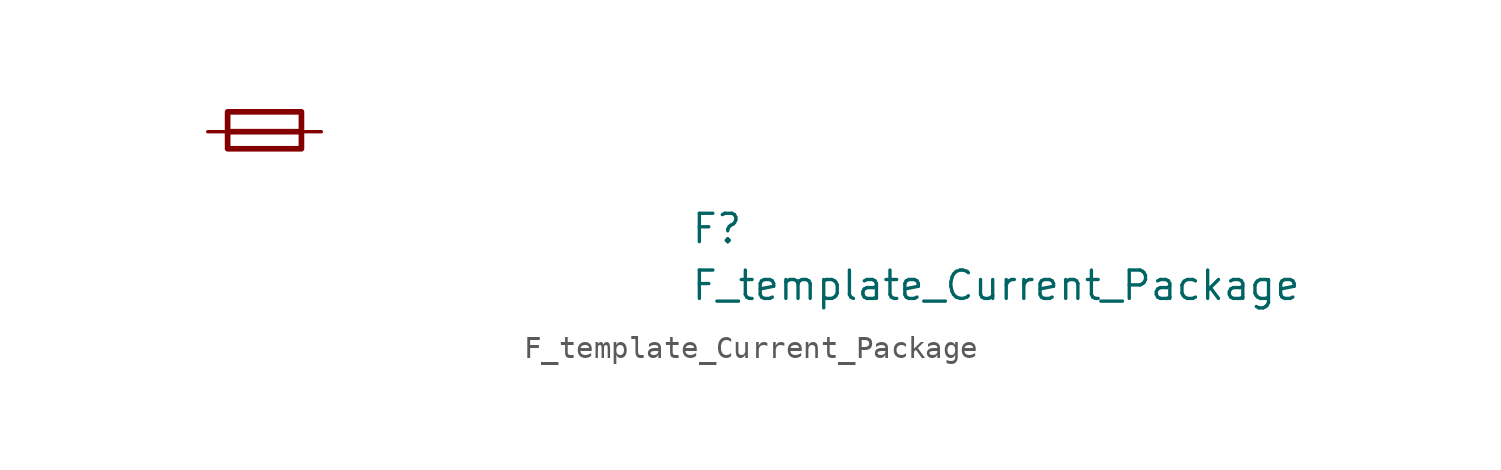
<source format=kicad_sym>
(kicad_symbol_lib
  (version 20220914)
  (generator kicad_symbol_editor)
  (symbol "F_template_Current_Package"
    (pin_numbers hide)
    (pin_names hide)
    (property "Reference" "F"
      (at 21.59 -5.08 0)
      (effects (font (size 1.27 1.27) (thickness 0.15)) (justify left bottom)))
    (property "Value" "F_template_Current_Package"
      (at 21.59 -7.62 0)
      (effects (font (size 1.27 1.27) (thickness 0.15)) (justify left bottom)))
    (symbol "F_template_Current_Package_1_1"
      (polyline (pts (xy 0.889 0) (xy 4.191 0)) (stroke (width 0.254) (type default)) (fill (type none)))
      (rectangle (start 0.889 0.889) (end 4.191 -0.762) (stroke (width 0.254) (type default)) (fill (type none)))
      (pin passive line (at 0 0 0) (length 0.75) (name "1" (effects (font (size 1.27 1.27)))) (number "1" (effects (font (size 1.27 1.27)))))
      (pin passive line (at 5.08 0 180) (length 0.75) (name "2" (effects (font (size 1.27 1.27)))) (number "2" (effects (font (size 1.27 1.27))))))))
</source>
